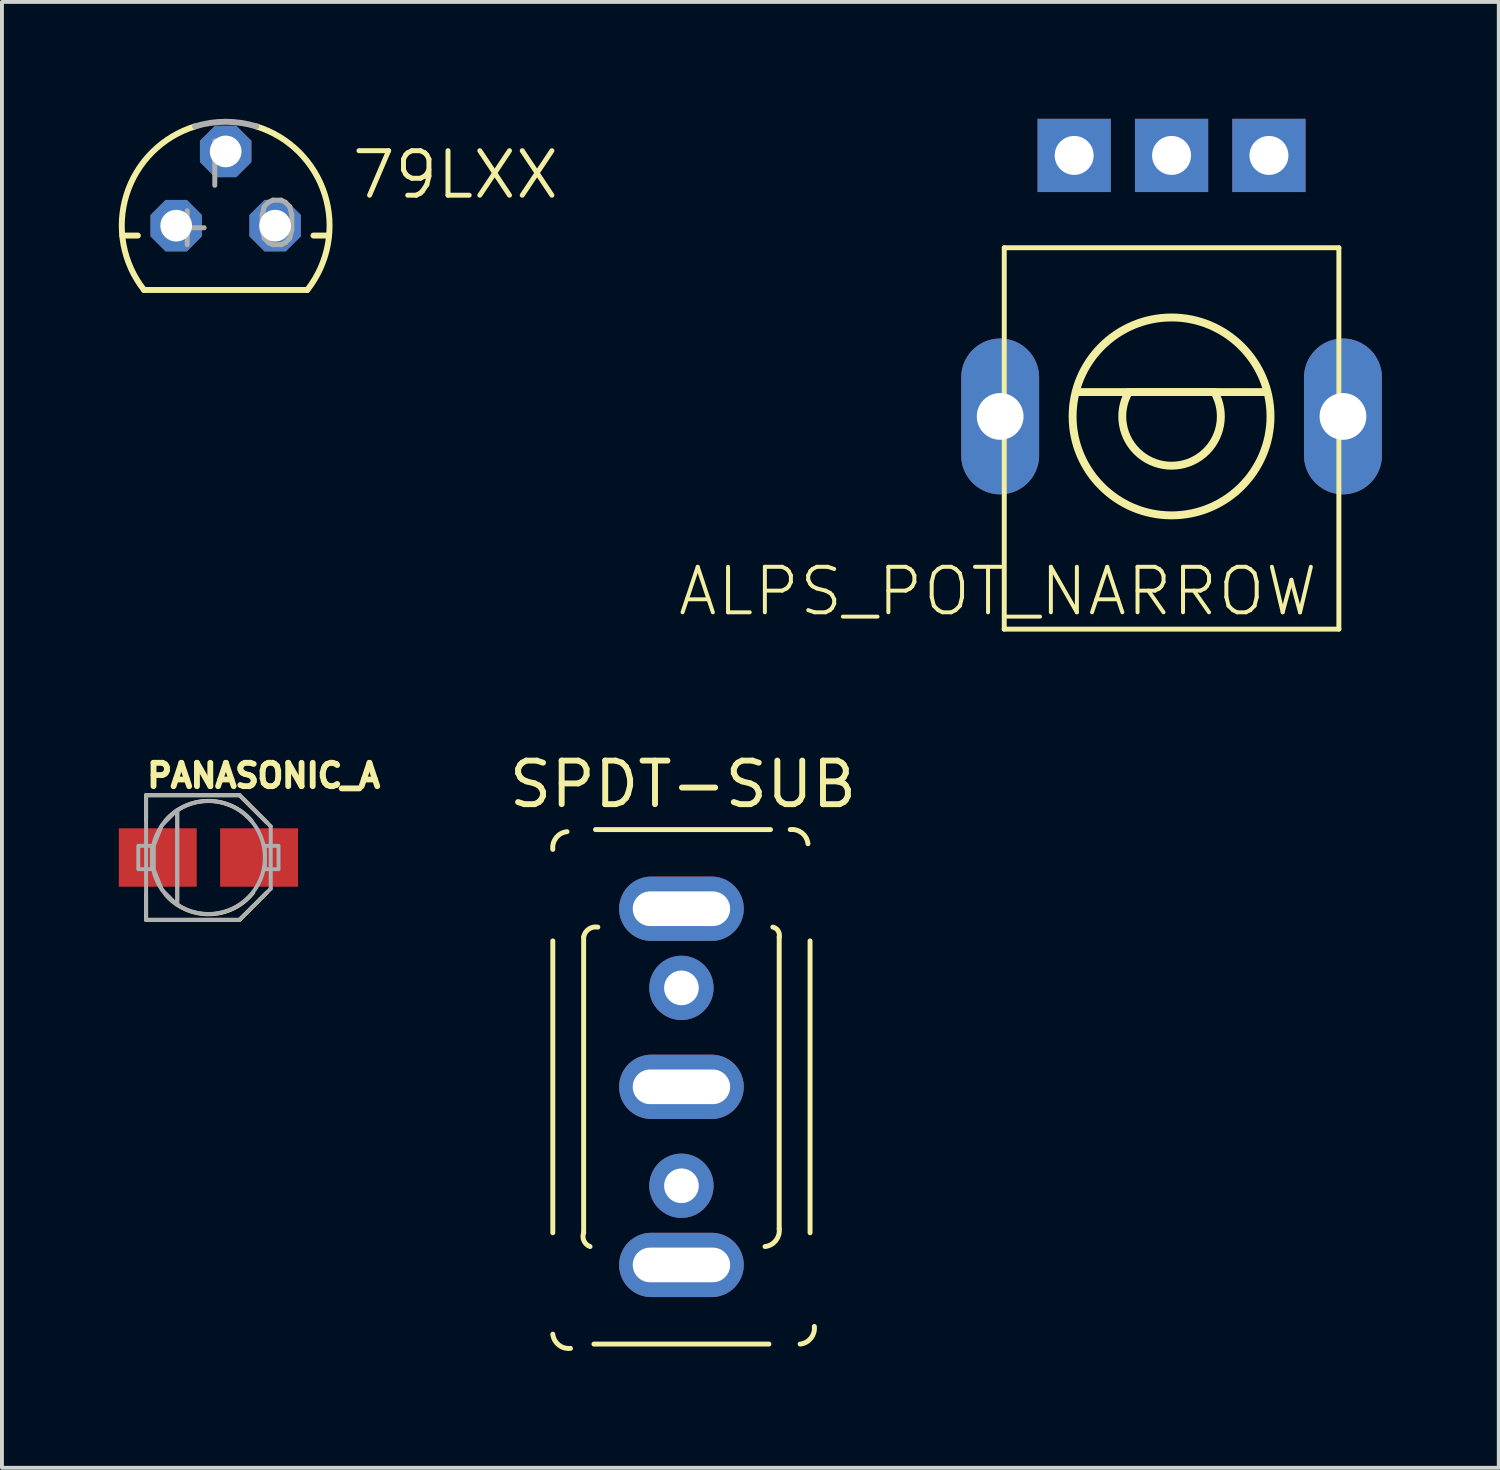
<source format=kicad_pcb>
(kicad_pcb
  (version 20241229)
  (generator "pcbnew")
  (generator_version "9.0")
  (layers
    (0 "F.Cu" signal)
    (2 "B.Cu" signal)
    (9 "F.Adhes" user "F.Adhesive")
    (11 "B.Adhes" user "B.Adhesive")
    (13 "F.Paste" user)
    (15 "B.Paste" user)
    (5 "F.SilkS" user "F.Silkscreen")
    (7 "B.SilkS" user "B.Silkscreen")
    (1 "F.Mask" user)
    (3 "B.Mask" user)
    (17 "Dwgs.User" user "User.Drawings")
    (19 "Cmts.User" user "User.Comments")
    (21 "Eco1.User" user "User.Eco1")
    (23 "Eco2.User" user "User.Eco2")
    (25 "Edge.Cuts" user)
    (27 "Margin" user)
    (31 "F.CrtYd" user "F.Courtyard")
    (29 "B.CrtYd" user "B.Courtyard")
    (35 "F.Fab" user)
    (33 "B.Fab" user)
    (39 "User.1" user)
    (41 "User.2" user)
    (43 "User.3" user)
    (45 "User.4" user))
  (footprint "PANASONIC_A"
    (layer "F.Cu")
    (at 2.3 18.963)
    (property "Reference" "PANASONIC_A" (at -1.65 -1.75 0) (layer "F.SilkS") (effects (font (size 0.6 0.6) (thickness 0.15)) (justify left bottom)))
    (fp_line (start -1.6 -1.6) (end 0.8 -1.6) (stroke (width 0.102) (type solid)) (layer "F.SilkS"))
    (fp_line (start -1.6 -0.95) (end -1.6 -1.6) (stroke (width 0.102) (type solid)) (layer "F.SilkS"))
    (fp_line (start -1.6 1.6) (end -1.6 0.95) (stroke (width 0.102) (type solid)) (layer "F.SilkS"))
    (fp_line (start 0.8 -1.6) (end 1.5 -0.9) (stroke (width 0.102) (type solid)) (layer "F.SilkS"))
    (fp_line (start 0.8 1.6) (end -1.6 1.6) (stroke (width 0.102) (type solid)) (layer "F.SilkS"))
    (fp_line (start 1.5 0.9) (end 0.8 1.6) (stroke (width 0.102) (type solid)) (layer "F.SilkS"))
    (fp_arc (start -1.1 -0.95) (mid 0 -1.453444) (end 1.1 -0.95) (stroke (width 0.1016) (type solid)) (layer "F.SilkS"))
    (fp_arc (start 1.149999 0.9) (mid 0.03681 1.456451) (end -1.1 0.95) (stroke (width 0.1016) (type solid)) (layer "F.SilkS"))
    (fp_line (start -1.6 -1.6) (end 0.8 -1.6) (stroke (width 0.102) (type solid)) (layer "F.Fab"))
    (fp_line (start -1.6 1.6) (end -1.6 -1.6) (stroke (width 0.102) (type solid)) (layer "F.Fab"))
    (fp_line (start -0.8 -1.2) (end -0.8 1.2) (stroke (width 0.102) (type solid)) (layer "F.Fab"))
    (fp_line (start 0.8 -1.6) (end 1.6 -0.8) (stroke (width 0.102) (type solid)) (layer "F.Fab"))
    (fp_line (start 0.8 1.6) (end -1.6 1.6) (stroke (width 0.102) (type solid)) (layer "F.Fab"))
    (fp_line (start 1.6 -0.8) (end 1.6 0.8) (stroke (width 0.102) (type solid)) (layer "F.Fab"))
    (fp_line (start 1.6 0.8) (end 0.8 1.6) (stroke (width 0.102) (type solid)) (layer "F.Fab"))
    (fp_circle (center 0 0) (end 1.45 0) (stroke (width 0.102) (type solid)) (fill no) (layer "F.Fab"))
    (fp_poly (pts (xy -1.8 0.3) (xy -1.45 0.3) (xy -1.45 -0.3) (xy -1.8 -0.3)) (stroke (width 0.1) (type solid)) (fill no) (layer "F.Fab"))
    (fp_poly (pts (xy 1.45 0.3) (xy 1.8 0.3) (xy 1.8 -0.3) (xy 1.45 -0.3)) (stroke (width 0.1) (type solid)) (fill no) (layer "F.Fab"))
    (fp_poly (pts (xy -0.799 1.223) (xy -1.193 0.829) (xy -1.401 0.31) (xy -1.401 -0.31) (xy -1.193 -0.829) (xy -0.799 -1.223)) (stroke (width 0.1) (type solid)) (fill no) (layer "F.Fab"))
    (pad "+" smd rect (at 1.3 0) (size 2 1.5) (layers "F.Cu" "F.Mask" "F.Paste"))
    (pad "-" smd rect (at -1.3 0) (size 2 1.5) (layers "F.Cu" "F.Mask" "F.Paste")))
  (footprint "SPDT-SUB"
    (layer "F.Cu")
    (at 14.443 24.85)
    (property "Reference" "SPDT-SUB" (at 0.04 -7.112 0) (layer "F.SilkS") (effects (font (size 1.118 1.118) (thickness 0.152)) (justify bottom)))
    (fp_line (start -3.302 -3.746) (end -3.302 3.746) (stroke (width 0.127) (type solid)) (layer "F.SilkS"))
    (fp_line (start -2.51 3.746) (end -2.51 -3.846) (stroke (width 0.127) (type solid)) (layer "F.SilkS"))
    (fp_line (start -2.206 -6.604) (end 2.286 -6.604) (stroke (width 0.127) (type solid)) (layer "F.SilkS"))
    (fp_line (start 2.246 6.604) (end -2.246 6.604) (stroke (width 0.127) (type solid)) (layer "F.SilkS"))
    (fp_line (start 2.51 -3.846) (end 2.51 3.646) (stroke (width 0.127) (type solid)) (layer "F.SilkS"))
    (fp_line (start 3.302 -3.746) (end 3.302 3.746) (stroke (width 0.127) (type solid)) (layer "F.SilkS"))
    (fp_arc (start -3.302 -6.096) (mid -3.214026 -6.398387) (end -2.938 -6.55) (stroke (width 0.127) (type solid)) (layer "F.SilkS"))
    (fp_arc (start -2.848 6.714) (mid -3.150387 6.626026) (end -3.302 6.35) (stroke (width 0.127) (type solid)) (layer "F.SilkS"))
    (fp_arc (start -2.51 -3.846) (mid -2.380625 -4.048417) (end -2.145999 -4.100001) (stroke (width 0.127) (type solid)) (layer "F.SilkS"))
    (fp_arc (start -2.346 4.1) (mid -2.501345 3.956979) (end -2.51 3.746) (stroke (width 0.127) (type solid)) (layer "F.SilkS"))
    (fp_arc (start 2.346 -4.1) (mid 2.480605 -4.006966) (end 2.51 -3.846) (stroke (width 0.127) (type solid)) (layer "F.SilkS"))
    (fp_arc (start 2.51 3.646) (mid 2.422026 3.948387) (end 2.146 4.1) (stroke (width 0.127) (type solid)) (layer "F.SilkS"))
    (fp_arc (start 2.794 -6.604) (mid 3.096387 -6.516026) (end 3.248 -6.24) (stroke (width 0.127) (type solid)) (layer "F.SilkS"))
    (fp_arc (start 3.412 6.15) (mid 3.324026 6.452387) (end 3.048 6.604) (stroke (width 0.127) (type solid)) (layer "F.SilkS"))
    (pad "P$1" thru_hole oval (at 0 -4.572) (size 3.2 1.651) (drill oval 2.5 0.889) (layers "*.Cu" "*.Mask"))
    (pad "P$1" thru_hole circle (at 0 -2.54) (size 1.651 1.651) (drill 0.889) (layers "*.Cu" "*.Mask"))
    (pad "P$2" thru_hole oval (at 0 0) (size 3.2 1.651) (drill oval 2.5 0.889) (layers "*.Cu" "*.Mask"))
    (pad "P$3" thru_hole circle (at 0 2.54) (size 1.651 1.651) (drill 0.889) (layers "*.Cu" "*.Mask"))
    (pad "P$3" thru_hole oval (at 0 4.572) (size 3.2 1.651) (drill oval 2.5 0.889) (layers "*.Cu" "*.Mask")))
  (footprint "ALPS_POT_NARROW"
    (layer "F.Cu")
    (at 27.025 7.64)
    (property "Reference" "ALPS_POT_NARROW" (at 3.81 3.81 0) (layer "F.SilkS") (effects (font (size 1.168 1.168) (thickness 0.102)) (justify right top)))
    (fp_line (start -4.295 -4.33) (end 4.295 -4.33) (stroke (width 0.127) (type solid)) (layer "F.SilkS"))
    (fp_line (start -4.295 5.46) (end -4.295 -4.33) (stroke (width 0.127) (type solid)) (layer "F.SilkS"))
    (fp_line (start -2.45 -0.625) (end 2.425 -0.625) (stroke (width 0.203) (type solid)) (layer "F.SilkS"))
    (fp_line (start -1.1 -0.625) (end 1.1 -0.625) (stroke (width 0.203) (type solid)) (layer "F.SilkS"))
    (fp_line (start 4.295 -4.33) (end 4.295 5.46) (stroke (width 0.127) (type solid)) (layer "F.SilkS"))
    (fp_line (start 4.295 5.46) (end -4.295 5.46) (stroke (width 0.127) (type solid)) (layer "F.SilkS"))
    (fp_arc (start 1.1 -0.625) (mid 0 1.265158) (end -1.1 -0.625) (stroke (width 0.2032) (type solid)) (layer "F.SilkS"))
    (fp_circle (center 0 0) (end 2.54 0) (stroke (width 0.203) (type solid)) (fill no) (layer "F.SilkS"))
    (pad "P$1" thru_hole rect (at -2.5 -6.7 270) (size 1.88 1.88) (drill 1) (layers "*.Cu" "*.Mask"))
    (pad "P$2" thru_hole rect (at 0 -6.7 270) (size 1.88 1.88) (drill 1) (layers "*.Cu" "*.Mask"))
    (pad "P$3" thru_hole rect (at 2.5 -6.7 270) (size 1.88 1.88) (drill 1) (layers "*.Cu" "*.Mask"))
    (pad "P$4" thru_hole oval (at -4.4 0 270) (size 4 2) (drill 1.2) (layers "*.Cu" "*.Mask"))
    (pad "P$5" thru_hole oval (at 4.4 0 270) (size 4 2) (drill 1.2) (layers "*.Cu" "*.Mask")))
  (footprint "79LXX"
    (layer "F.Cu")
    (at 2.743 2.743)
    (property "Reference" "79LXX" (at 3.175 -0.635 0) (layer "F.SilkS") (effects (font (size 1.143 1.143) (thickness 0.127)) (justify left bottom)))
    (fp_line (start -2.655 0.254) (end -2.254 0.254) (stroke (width 0.152) (type solid)) (layer "F.SilkS"))
    (fp_line (start -2.095 1.651) (end 2.095 1.651) (stroke (width 0.152) (type solid)) (layer "F.SilkS"))
    (fp_line (start 2.254 0.254) (end 2.655 0.254) (stroke (width 0.152) (type solid)) (layer "F.SilkS"))
    (fp_arc (start -2.0946 1.651) (mid -2.54634 -0.793276) (end -0.786301 -2.548501) (stroke (width 0.1524) (type solid)) (layer "F.SilkS"))
    (fp_arc (start 0.7868 -2.5484) (mid 2.54677 -0.793202) (end 2.095 1.650999) (stroke (width 0.1524) (type solid)) (layer "F.SilkS"))
    (fp_arc (start -0.7863 -2.5485) (mid 0 -2.667043) (end 0.7863 -2.5485) (stroke (width 0.1524) (type solid)) (layer "F.Fab"))
    (fp_text user "O" (at 0.635 0.635 0) (layer "F.Fab") (effects (font (size 1.143 1.143) (thickness 0.127)) (justify left bottom)))
    (fp_text user "+" (at -1.778 0.635 0) (layer "F.Fab") (effects (font (size 1.143 1.143) (thickness 0.127)) (justify left bottom)))
    (fp_text user "I" (at -0.635 -0.889 0) (layer "F.Fab") (effects (font (size 1.143 1.143) (thickness 0.127)) (justify left bottom)))
    (pad "GND" thru_hole roundrect (at -1.27 0) (size 1.321 1.321) (drill 0.813) (layers "*.Cu" "*.Mask") (roundrect_rratio 0.25) (chamfer_ratio 0.293) (chamfer top_left top_right bottom_left bottom_right))
    (pad "IN" thru_hole roundrect (at 0 -1.905) (size 1.321 1.321) (drill 0.813) (layers "*.Cu" "*.Mask") (roundrect_rratio 0.25) (chamfer_ratio 0.293) (chamfer top_left top_right bottom_left bottom_right))
    (pad "OUT" thru_hole roundrect (at 1.27 0) (size 1.321 1.321) (drill 0.813) (layers "*.Cu" "*.Mask") (roundrect_rratio 0.25) (chamfer_ratio 0.293) (chamfer top_left top_right bottom_left bottom_right)))
  (gr_rect
    (start -3 -3)
    (end 35.425 34.63)
    (stroke (width 0.1) (type default))
    (fill no)
    (layer "Edge.Cuts")))
</source>
